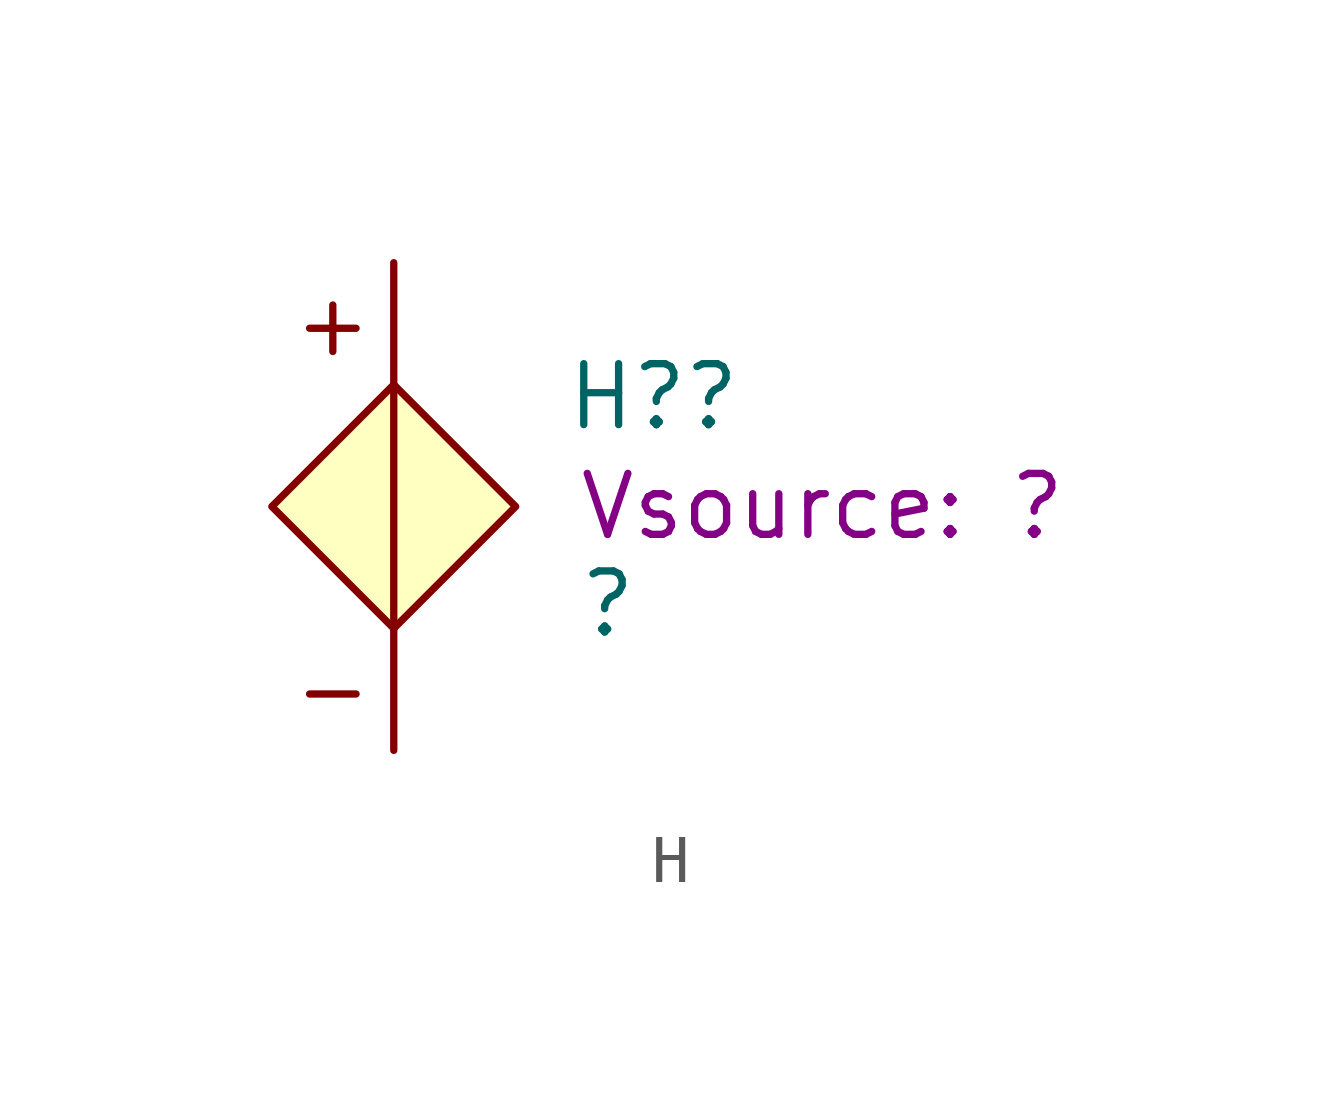
<source format=kicad_sym>
(kicad_symbol_lib
  (version 20241209)
  (generator "kicad_symbol_editor")
  (generator_version "9.0")
  (symbol "H"
    (pin_numbers
      (hide yes))
    (pin_names
      (offset 0)
      (hide yes))
    (property "Reference" "H?"
      (at 3.556 2.286 0)
      (effects (font (size 1.27 1.27)) (justify left)))
    (property "Value" "?"
      (at 3.81 -2.032 0)
      (effects (font (size 1.27 1.27)) (justify left)))
    (property "Vsource" "?"
      (at 3.81 0 0)
      (show_name)
      (effects (font (size 1.27 1.27)) (justify left)))
    (symbol "H_0_0"
      (text "+" (at -1.27 3.81 0) (effects (font (size 1.27 1.27))))
      (text "-" (at -1.27 -3.81 0) (effects (font (size 1.27 1.27)))))
    (symbol "H_0_1"
      (polyline (pts (xy 0 2.54) (xy 0 -2.54)) (stroke (width 0) (type solid)) (fill (type none))))
    (symbol "H_1_0"
      (pin power_out line (at 0 5.08 270) (length 2.54) (name "outP" (effects (font (size 1.27 1.27)))) (number "1" (effects (font (size 1.27 1.27)))))
      (pin power_out line (at 0 -5.08 90) (length 2.54) (name "outN" (effects (font (size 1.27 1.27)))) (number "2" (effects (font (size 1.27 1.27))))))
    (symbol "H_1_1"
      (polyline (pts (xy 0 2.54) (xy -2.54 0) (xy 0 -2.54) (xy 2.54 0) (xy 0 2.54)) (stroke (width 0) (type default)) (fill (type background))))))
</source>
